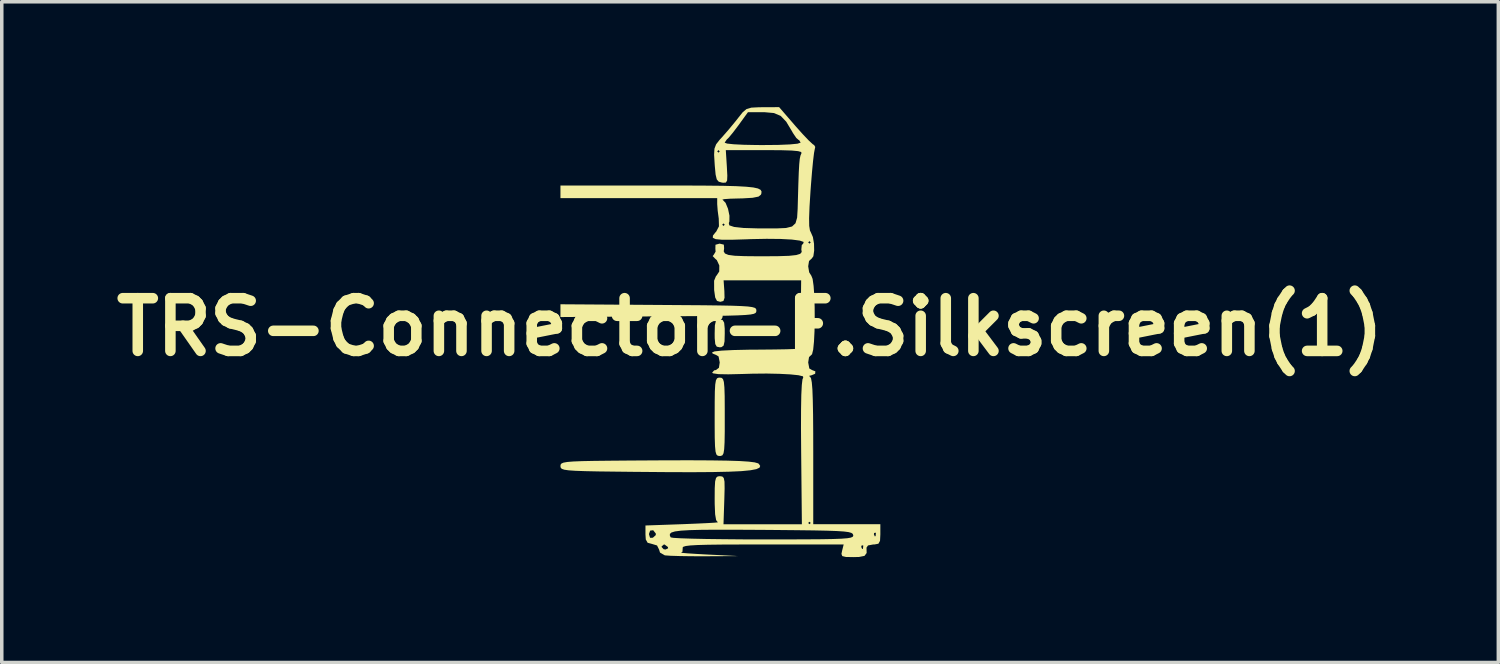
<source format=kicad_pcb>
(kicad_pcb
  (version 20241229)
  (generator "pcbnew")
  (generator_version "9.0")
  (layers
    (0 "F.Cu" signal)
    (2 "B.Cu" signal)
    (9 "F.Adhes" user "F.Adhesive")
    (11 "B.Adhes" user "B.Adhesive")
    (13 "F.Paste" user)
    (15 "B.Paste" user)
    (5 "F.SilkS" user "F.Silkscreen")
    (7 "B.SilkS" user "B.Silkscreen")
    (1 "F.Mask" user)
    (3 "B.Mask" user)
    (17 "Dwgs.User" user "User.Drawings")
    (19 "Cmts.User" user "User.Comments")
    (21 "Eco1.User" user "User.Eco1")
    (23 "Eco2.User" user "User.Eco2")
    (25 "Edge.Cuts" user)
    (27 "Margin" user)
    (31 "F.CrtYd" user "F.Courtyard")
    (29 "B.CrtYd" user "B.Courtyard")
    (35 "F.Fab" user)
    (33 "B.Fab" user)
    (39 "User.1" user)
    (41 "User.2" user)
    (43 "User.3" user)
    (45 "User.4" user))
  (footprint "TRS-Connector-F.Silkscreen(1)"
    (layer "F.Cu")
    (at 18.3 6.26)
    (property "Reference" "TRS-Connector-F.Silkscreen(1)" (at 0 0 0) (layer "F.SilkS") (effects (font (size 1.5 1.5) (thickness 0.3))))
    (attr board_only exclude_from_pos_files exclude_from_bom)
    (fp_poly (pts (xy -0.78 -0.199) (xy -0.737 -0.124) (xy -0.721 0.041) (xy -0.72 0.18) (xy -0.726 0.409) (xy -0.753 0.528) (xy -0.813 0.571) (xy -0.863 0.576) (xy -0.947 0.558) (xy -0.99 0.484) (xy -1.006 0.319) (xy -1.007 0.18) (xy -1.001 -0.049) (xy -0.974 -0.168) (xy -0.914 -0.212) (xy -0.863 -0.216)) (stroke (width 0) (type solid)) (fill yes) (layer "F.SilkS"))
    (fp_poly (pts (xy -2.608 -0.63) (xy -1.902 -0.625) (xy -1.326 -0.621) (xy -0.868 -0.615) (xy -0.514 -0.608) (xy -0.25 -0.598) (xy -0.063 -0.586) (xy 0.06 -0.569) (xy 0.133 -0.548) (xy 0.168 -0.522) (xy 0.179 -0.489) (xy 0.18 -0.468) (xy 0.176 -0.431) (xy 0.156 -0.401) (xy 0.107 -0.377) (xy 0.014 -0.358) (xy -0.135 -0.344) (xy -0.353 -0.333) (xy -0.654 -0.324) (xy -1.052 -0.318) (xy -1.559 -0.312) (xy -2.189 -0.308) (xy -2.608 -0.305) (xy -5.397 -0.285) (xy -5.397 -0.467) (xy -5.397 -0.649)) (stroke (width 0) (type solid)) (fill yes) (layer "F.SilkS"))
    (fp_poly (pts (xy -0.809 1.446) (xy -0.77 1.481) (xy -0.745 1.564) (xy -0.73 1.718) (xy -0.722 1.962) (xy -0.72 2.318) (xy -0.72 2.554) (xy -0.72 2.977) (xy -0.725 3.277) (xy -0.736 3.475) (xy -0.755 3.592) (xy -0.787 3.65) (xy -0.833 3.668) (xy -0.863 3.67) (xy -0.918 3.663) (xy -0.957 3.628) (xy -0.982 3.545) (xy -0.997 3.391) (xy -1.005 3.147) (xy -1.007 2.791) (xy -1.007 2.554) (xy -1.006 2.132) (xy -1.002 1.832) (xy -0.991 1.634) (xy -0.971 1.517) (xy -0.94 1.459) (xy -0.894 1.44) (xy -0.863 1.439)) (stroke (width 0) (type solid)) (fill yes) (layer "F.SilkS"))
    (fp_poly (pts (xy -1.115 3.795) (xy -0.655 3.802) (xy -0.301 3.813) (xy -0.042 3.83) (xy 0.13 3.851) (xy 0.227 3.878) (xy 0.248 3.892) (xy 0.289 3.952) (xy 0.269 4.003) (xy 0.18 4.044) (xy 0.011 4.076) (xy -0.246 4.101) (xy -0.601 4.117) (xy -1.063 4.127) (xy -1.64 4.131) (xy -2.342 4.129) (xy -3.179 4.122) (xy -3.22 4.122) (xy -3.836 4.115) (xy -4.324 4.109) (xy -4.697 4.101) (xy -4.973 4.091) (xy -5.164 4.078) (xy -5.287 4.06) (xy -5.357 4.036) (xy -5.388 4.006) (xy -5.396 3.968) (xy -5.397 3.956) (xy -5.392 3.916) (xy -5.368 3.884) (xy -5.31 3.859) (xy -5.203 3.84) (xy -5.031 3.826) (xy -4.78 3.816) (xy -4.434 3.809) (xy -3.978 3.804) (xy -3.397 3.799) (xy -3.22 3.798) (xy -2.387 3.793) (xy -1.689 3.792)) (stroke (width 0) (type solid)) (fill yes) (layer "F.SilkS"))
    (fp_poly (pts (xy 1.295 -5.72) (xy 1.499 -5.492) (xy 1.671 -5.311) (xy 1.789 -5.202) (xy 1.824 -5.181) (xy 1.856 -5.127) (xy 1.842 -5.064) (xy 1.821 -4.954) (xy 1.794 -4.729) (xy 1.764 -4.417) (xy 1.734 -4.047) (xy 1.721 -3.872) (xy 1.693 -3.424) (xy 1.681 -3.1) (xy 1.684 -2.881) (xy 1.705 -2.749) (xy 1.732 -2.693) (xy 1.789 -2.562) (xy 1.821 -2.373) (xy 1.825 -2.175) (xy 1.802 -2.015) (xy 1.75 -1.943) (xy 1.745 -1.943) (xy 1.679 -1.88) (xy 1.655 -1.73) (xy 1.683 -1.559) (xy 1.745 -1.461) (xy 1.781 -1.37) (xy 1.809 -1.172) (xy 1.829 -0.894) (xy 1.839 -0.567) (xy 1.841 -0.22) (xy 1.835 0.117) (xy 1.82 0.415) (xy 1.797 0.643) (xy 1.765 0.773) (xy 1.745 0.792) (xy 1.679 0.855) (xy 1.655 1.007) (xy 1.687 1.179) (xy 1.763 1.223) (xy 1.859 1.26) (xy 1.853 1.329) (xy 1.751 1.372) (xy 1.745 1.373) (xy 1.677 1.391) (xy 1.709 1.415) (xy 1.736 1.459) (xy 1.758 1.577) (xy 1.775 1.779) (xy 1.786 2.078) (xy 1.794 2.488) (xy 1.798 3.019) (xy 1.799 3.532) (xy 1.799 5.612) (xy 2.754 5.612) (xy 3.709 5.612) (xy 3.709 5.9) (xy 3.7 6.085) (xy 3.654 6.167) (xy 3.542 6.188) (xy 3.506 6.188) (xy 3.358 6.216) (xy 3.315 6.278) (xy 3.319 6.431) (xy 3.258 6.513) (xy 3.103 6.544) (xy 2.942 6.548) (xy 2.728 6.544) (xy 2.625 6.519) (xy 2.602 6.457) (xy 2.62 6.368) (xy 2.647 6.26) (xy 3.166 6.26) (xy 3.192 6.319) (xy 3.214 6.308) (xy 3.223 6.223) (xy 3.214 6.212) (xy 3.171 6.222) (xy 3.166 6.26) (xy 2.647 6.26) (xy 2.665 6.188) (xy 0.353 6.188) (xy -0.289 6.189) (xy -0.802 6.191) (xy -1.199 6.196) (xy -1.493 6.204) (xy -1.698 6.216) (xy -1.828 6.232) (xy -1.898 6.253) (xy -1.92 6.279) (xy -1.917 6.296) (xy -1.924 6.396) (xy -1.963 6.418) (xy -1.931 6.427) (xy -1.779 6.441) (xy -1.531 6.457) (xy -1.212 6.475) (xy -1.187 6.476) (xy -0.324 6.519) (xy -1.295 6.524) (xy -1.668 6.523) (xy -2.001 6.518) (xy -2.26 6.51) (xy -2.414 6.499) (xy -2.428 6.497) (xy -2.563 6.419) (xy -2.59 6.332) (xy -2.626 6.26) (xy -2.518 6.26) (xy -2.46 6.323) (xy -2.406 6.332) (xy -2.332 6.297) (xy -2.339 6.26) (xy -2.431 6.191) (xy -2.451 6.188) (xy -2.516 6.243) (xy -2.518 6.26) (xy -2.626 6.26) (xy -2.647 6.217) (xy -2.784 6.175) (xy -2.915 6.14) (xy -2.968 6.046) (xy -2.977 5.9) (xy -2.977 5.892) (xy -2.878 5.892) (xy -2.846 5.999) (xy -2.767 5.997) (xy -2.684 5.922) (xy -2.682 5.888) (xy -2.282 5.888) (xy -2.282 5.938) (xy -2.258 5.987) (xy -2.18 6) (xy -1.975 6.012) (xy -1.658 6.023) (xy -1.247 6.032) (xy -0.757 6.038) (xy -0.205 6.043) (xy 0.369 6.044) (xy 1.049 6.044) (xy 1.598 6.042) (xy 2.031 6.039) (xy 2.36 6.033) (xy 2.601 6.024) (xy 2.765 6.011) (xy 2.866 5.994) (xy 2.92 5.971) (xy 2.938 5.943) (xy 2.936 5.918) (xy 2.928 5.9) (xy 3.526 5.9) (xy 3.552 5.96) (xy 3.574 5.948) (xy 3.582 5.863) (xy 3.574 5.852) (xy 3.531 5.862) (xy 3.526 5.9) (xy 2.928 5.9) (xy 2.922 5.885) (xy 2.882 5.858) (xy 2.803 5.836) (xy 2.671 5.819) (xy 2.472 5.806) (xy 2.193 5.796) (xy 1.818 5.788) (xy 1.335 5.782) (xy 0.729 5.776) (xy 0.364 5.773) (xy -0.34 5.769) (xy -0.913 5.768) (xy -1.367 5.771) (xy -1.713 5.78) (xy -1.966 5.795) (xy -2.137 5.817) (xy -2.238 5.848) (xy -2.282 5.888) (xy -2.682 5.888) (xy -2.682 5.878) (xy -2.757 5.783) (xy -2.843 5.794) (xy -2.878 5.892) (xy -2.977 5.892) (xy -2.977 5.648) (xy -1.902 5.61) (xy -1.536 5.595) (xy -1.236 5.581) (xy -1.023 5.569) (xy -0.92 5.559) (xy -0.917 5.556) (xy -0.965 5.496) (xy -0.994 5.329) (xy -1.006 5.037) (xy -1.007 4.893) (xy -1.005 4.586) (xy -0.994 4.395) (xy -0.968 4.293) (xy -0.921 4.252) (xy -0.859 4.245) (xy -0.79 4.254) (xy -0.748 4.296) (xy -0.727 4.401) (xy -0.724 4.593) (xy -0.732 4.9) (xy -0.733 4.929) (xy -0.756 5.613) (xy 0.36 5.613) (xy 1.475 5.613) (xy 1.475 5.576) (xy 1.655 5.576) (xy 1.691 5.612) (xy 1.727 5.576) (xy 1.691 5.541) (xy 1.655 5.576) (xy 1.475 5.576) (xy 1.455 3.549) (xy 1.45 2.876) (xy 1.452 2.341) (xy 1.459 1.935) (xy 1.473 1.654) (xy 1.492 1.49) (xy 1.514 1.437) (xy 1.507 1.402) (xy 1.378 1.371) (xy 1.148 1.347) (xy 0.839 1.331) (xy 0.473 1.323) (xy 0.071 1.327) (xy -0.198 1.335) (xy -0.614 1.345) (xy -0.901 1.34) (xy -1.054 1.317) (xy -1.079 1.297) (xy -1.021 1.232) (xy -0.971 1.223) (xy -0.886 1.159) (xy -0.863 1.007) (xy -0.896 0.836) (xy -0.971 0.792) (xy -1.067 0.753) (xy -1.079 0.72) (xy -1.009 0.692) (xy -0.805 0.67) (xy -0.476 0.654) (xy -0.033 0.644) (xy 0.27 0.642) (xy 0.685 0.638) (xy 1.038 0.632) (xy 1.31 0.622) (xy 1.48 0.612) (xy 1.527 0.6) (xy 1.526 0.599) (xy 1.485 0.545) (xy 1.459 0.411) (xy 1.445 0.177) (xy 1.442 -0.174) (xy 1.444 -0.385) (xy 1.455 -1.331) (xy 0.351 -1.331) (xy -0.753 -1.331) (xy -0.731 -1.025) (xy -0.726 -0.832) (xy -0.758 -0.742) (xy -0.843 -0.72) (xy -0.851 -0.72) (xy -0.941 -0.744) (xy -0.992 -0.842) (xy -1.021 -1.047) (xy -1.022 -1.061) (xy -1.023 -1.32) (xy -0.969 -1.452) (xy -0.957 -1.461) (xy -0.877 -1.582) (xy -0.875 -1.753) (xy -0.946 -1.906) (xy -0.989 -1.943) (xy -1.064 -2.021) (xy -1.033 -2.058) (xy -0.981 -2.146) (xy -0.987 -2.234) (xy -0.984 -2.343) (xy -0.872 -2.374) (xy -0.863 -2.375) (xy -0.746 -2.346) (xy -0.738 -2.242) (xy -0.739 -2.235) (xy -0.749 -2.153) (xy -0.714 -2.094) (xy -0.617 -2.054) (xy -0.437 -2.03) (xy -0.156 -2.019) (xy 0.245 -2.015) (xy 0.36 -2.015) (xy 0.798 -2.018) (xy 1.11 -2.028) (xy 1.315 -2.05) (xy 1.429 -2.085) (xy 1.471 -2.138) (xy 1.46 -2.208) (xy 1.472 -2.333) (xy 1.513 -2.376) (xy 1.523 -2.41) (xy 1.655 -2.41) (xy 1.691 -2.375) (xy 1.727 -2.41) (xy 1.691 -2.446) (xy 1.655 -2.41) (xy 1.523 -2.41) (xy 1.527 -2.423) (xy 1.414 -2.462) (xy 1.19 -2.491) (xy 0.87 -2.508) (xy 0.471 -2.512) (xy 0.009 -2.503) (xy -0.085 -2.499) (xy -0.507 -2.486) (xy -0.801 -2.486) (xy -0.98 -2.503) (xy -1.06 -2.542) (xy -1.056 -2.606) (xy -0.982 -2.698) (xy -0.964 -2.716) (xy -0.885 -2.867) (xy -0.886 -2.914) (xy -0.792 -2.914) (xy -0.756 -2.878) (xy -0.72 -2.914) (xy -0.756 -2.95) (xy -0.792 -2.914) (xy -0.886 -2.914) (xy -0.891 -3.089) (xy -0.921 -3.312) (xy -0.935 -3.5) (xy -0.935 -3.508) (xy -0.935 -3.67) (xy -3.166 -3.67) (xy -5.397 -3.67) (xy -5.397 -3.85) (xy -5.397 -4.029) (xy -2.605 -4.029) (xy -1.867 -4.029) (xy -1.261 -4.026) (xy -0.774 -4.021) (xy -0.395 -4.011) (xy -0.11 -3.995) (xy 0.093 -3.974) (xy 0.225 -3.945) (xy 0.299 -3.907) (xy 0.327 -3.86) (xy 0.322 -3.802) (xy 0.31 -3.769) (xy 0.242 -3.714) (xy 0.073 -3.68) (xy -0.215 -3.663) (xy -0.314 -3.661) (xy -0.565 -3.654) (xy -0.733 -3.642) (xy -0.791 -3.627) (xy -0.779 -3.621) (xy -0.697 -3.537) (xy -0.627 -3.367) (xy -0.586 -3.171) (xy -0.588 -3.006) (xy -0.605 -2.961) (xy -0.591 -2.896) (xy -0.453 -2.85) (xy -0.185 -2.821) (xy 0.218 -2.809) (xy 0.36 -2.808) (xy 0.752 -2.808) (xy 1.023 -2.82) (xy 1.196 -2.863) (xy 1.294 -2.955) (xy 1.34 -3.115) (xy 1.355 -3.361) (xy 1.362 -3.621) (xy 1.375 -4.073) (xy 1.387 -4.404) (xy 1.4 -4.634) (xy 1.415 -4.786) (xy 1.435 -4.881) (xy 1.46 -4.941) (xy 1.464 -4.948) (xy 1.456 -4.983) (xy 1.368 -5.008) (xy 1.187 -5.025) (xy 0.895 -5.034) (xy 0.477 -5.037) (xy 0.415 -5.037) (xy -0.69 -5.037) (xy -0.66 -4.563) (xy -0.647 -4.31) (xy -0.653 -4.171) (xy -0.688 -4.114) (xy -0.762 -4.108) (xy -0.801 -4.113) (xy -0.891 -4.138) (xy -0.947 -4.203) (xy -0.98 -4.34) (xy -1.003 -4.583) (xy -1.007 -4.639) (xy -1.023 -4.906) (xy -1.018 -5.001) (xy -0.935 -5.001) (xy -0.899 -4.965) (xy -0.863 -5.001) (xy -0.899 -5.037) (xy -0.935 -5.001) (xy -1.018 -5.001) (xy -1.013 -5.078) (xy -0.966 -5.202) (xy -0.931 -5.247) (xy -0.72 -5.247) (xy -0.651 -5.223) (xy -0.463 -5.203) (xy -0.177 -5.189) (xy 0.183 -5.182) (xy 0.36 -5.181) (xy 0.8 -5.185) (xy 1.134 -5.199) (xy 1.351 -5.22) (xy 1.438 -5.249) (xy 1.439 -5.253) (xy 1.396 -5.323) (xy 1.384 -5.325) (xy 1.317 -5.382) (xy 1.221 -5.524) (xy 1.194 -5.573) (xy 1.029 -5.847) (xy 0.872 -6.011) (xy 0.681 -6.092) (xy 0.416 -6.116) (xy 0.363 -6.116) (xy -0.06 -6.116) (xy -0.334 -5.738) (xy -0.484 -5.54) (xy -0.604 -5.395) (xy -0.664 -5.337) (xy -0.719 -5.255) (xy -0.72 -5.247) (xy -0.931 -5.247) (xy -0.868 -5.328) (xy -0.807 -5.394) (xy -0.614 -5.614) (xy -0.408 -5.864) (xy -0.339 -5.952) (xy -0.209 -6.115) (xy -0.1 -6.206) (xy 0.037 -6.246) (xy 0.25 -6.257) (xy 0.36 -6.258) (xy 0.828 -6.26)) (stroke (width 0) (type solid)) (fill yes) (layer "F.SilkS")))
  (gr_rect
    (start -3 -3)
    (end 39.6 15.808)
    (stroke (width 0.1) (type default))
    (fill no)
    (layer "Edge.Cuts")))
</source>
